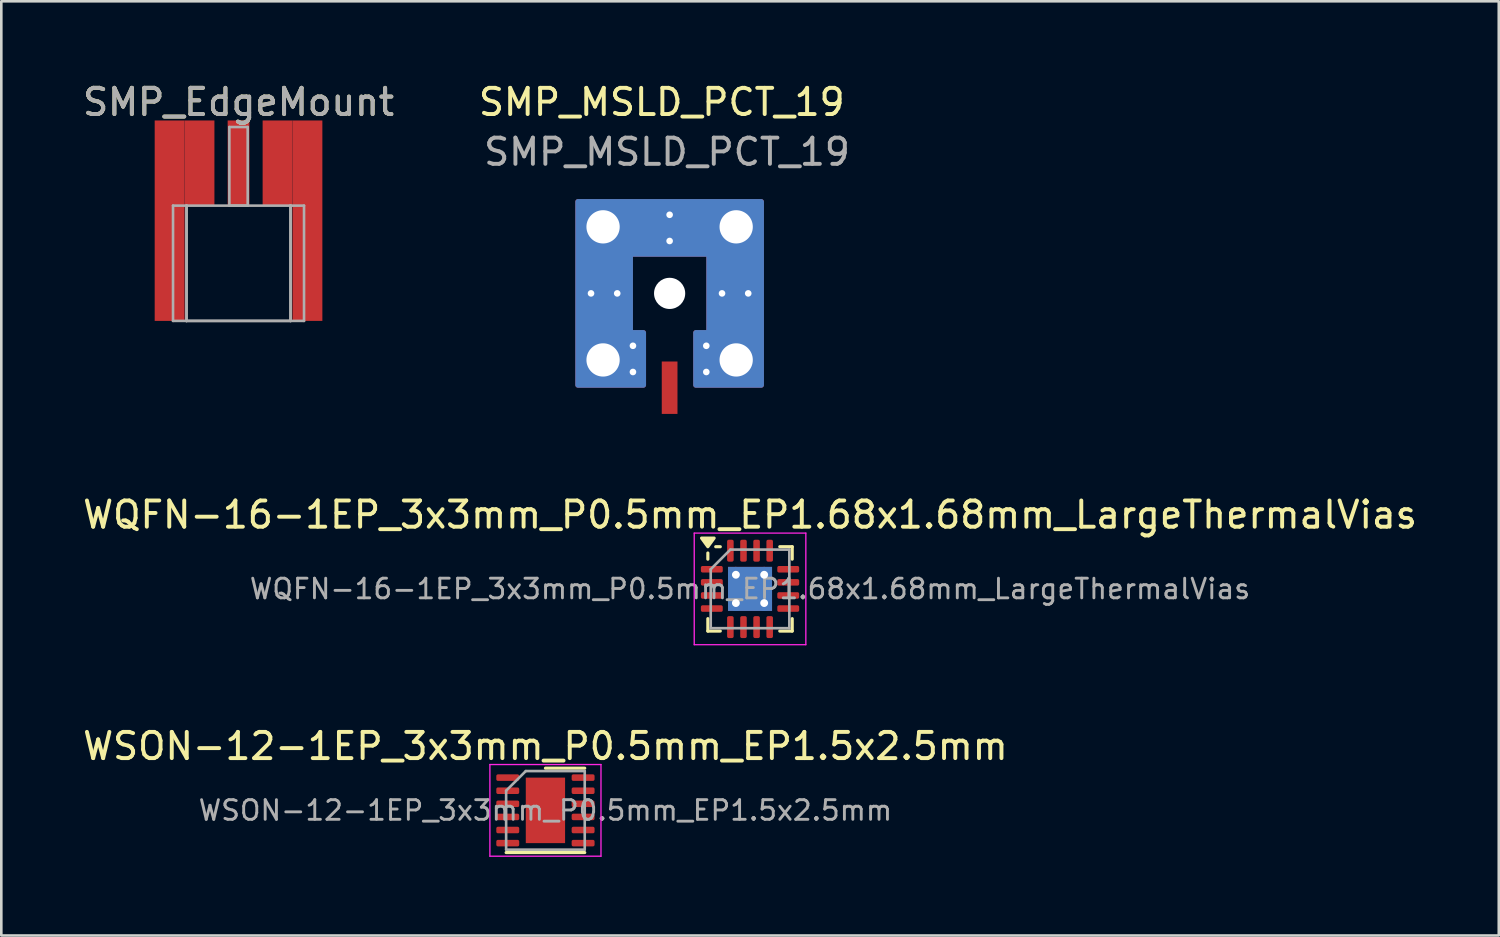
<source format=kicad_pcb>
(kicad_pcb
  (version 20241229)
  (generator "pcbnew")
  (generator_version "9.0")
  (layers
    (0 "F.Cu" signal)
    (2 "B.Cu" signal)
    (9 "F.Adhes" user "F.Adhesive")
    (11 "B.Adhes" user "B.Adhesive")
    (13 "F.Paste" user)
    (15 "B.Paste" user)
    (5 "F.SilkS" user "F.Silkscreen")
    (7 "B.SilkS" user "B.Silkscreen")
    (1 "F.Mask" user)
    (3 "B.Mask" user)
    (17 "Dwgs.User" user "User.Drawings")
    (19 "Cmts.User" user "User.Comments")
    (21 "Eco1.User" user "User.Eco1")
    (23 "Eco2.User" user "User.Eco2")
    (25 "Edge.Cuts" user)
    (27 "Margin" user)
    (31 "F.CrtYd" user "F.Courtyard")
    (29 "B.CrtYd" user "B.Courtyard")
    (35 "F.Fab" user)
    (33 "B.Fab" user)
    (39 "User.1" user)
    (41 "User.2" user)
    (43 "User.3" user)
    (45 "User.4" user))
  (footprint "WQFN-16-1EP_3x3mm_P0.5mm_EP1.68x1.68mm_LargeThermalVias"
    (layer "F.Cu")
    (at 25.577 19.427)
    (property "Reference" "WQFN-16-1EP_3x3mm_P0.5mm_EP1.68x1.68mm_LargeThermalVias" (at 0 -2.83 0) (layer "F.SilkS") (effects (font (size 1 1) (thickness 0.15))))
    (attr smd)
    (fp_line (start -1.61 -1.135) (end -1.61 -1.37) (stroke (width 0.12) (type solid)) (layer "F.SilkS"))
    (fp_line (start -1.61 1.61) (end -1.61 1.135) (stroke (width 0.12) (type solid)) (layer "F.SilkS"))
    (fp_line (start -1.135 -1.61) (end -1.31 -1.61) (stroke (width 0.12) (type solid)) (layer "F.SilkS"))
    (fp_line (start -1.135 1.61) (end -1.61 1.61) (stroke (width 0.12) (type solid)) (layer "F.SilkS"))
    (fp_line (start 1.135 -1.61) (end 1.61 -1.61) (stroke (width 0.12) (type solid)) (layer "F.SilkS"))
    (fp_line (start 1.135 1.61) (end 1.61 1.61) (stroke (width 0.12) (type solid)) (layer "F.SilkS"))
    (fp_line (start 1.61 -1.61) (end 1.61 -1.135) (stroke (width 0.12) (type solid)) (layer "F.SilkS"))
    (fp_line (start 1.61 1.61) (end 1.61 1.135) (stroke (width 0.12) (type solid)) (layer "F.SilkS"))
    (fp_poly (pts (xy -1.61 -1.61) (xy -1.85 -1.94) (xy -1.37 -1.94) (xy -1.61 -1.61)) (stroke (width 0.12) (type solid)) (fill yes) (layer "F.SilkS"))
    (fp_line (start -2.13 -2.13) (end -2.13 2.13) (stroke (width 0.05) (type solid)) (layer "F.CrtYd"))
    (fp_line (start -2.13 2.13) (end 2.13 2.13) (stroke (width 0.05) (type solid)) (layer "F.CrtYd"))
    (fp_line (start 2.13 -2.13) (end -2.13 -2.13) (stroke (width 0.05) (type solid)) (layer "F.CrtYd"))
    (fp_line (start 2.13 2.13) (end 2.13 -2.13) (stroke (width 0.05) (type solid)) (layer "F.CrtYd"))
    (fp_line (start -1.5 -0.75) (end -0.75 -1.5) (stroke (width 0.1) (type solid)) (layer "F.Fab"))
    (fp_line (start -1.5 1.5) (end -1.5 -0.75) (stroke (width 0.1) (type solid)) (layer "F.Fab"))
    (fp_line (start -0.75 -1.5) (end 1.5 -1.5) (stroke (width 0.1) (type solid)) (layer "F.Fab"))
    (fp_line (start 1.5 -1.5) (end 1.5 1.5) (stroke (width 0.1) (type solid)) (layer "F.Fab"))
    (fp_line (start 1.5 1.5) (end -1.5 1.5) (stroke (width 0.1) (type solid)) (layer "F.Fab"))
    (fp_text user "${REFERENCE}" (at 0 0 0) (layer "F.Fab") (effects (font (size 0.75 0.75) (thickness 0.11))))
    (pad "" smd roundrect (at -0.42 -0.42) (size 0.73 0.73) (layers "F.Paste") (roundrect_rratio 0.25))
    (pad "" smd roundrect (at -0.42 0.42) (size 0.73 0.73) (layers "F.Paste") (roundrect_rratio 0.25))
    (pad "" smd roundrect (at 0.42 -0.42) (size 0.73 0.73) (layers "F.Paste") (roundrect_rratio 0.25))
    (pad "" smd roundrect (at 0.42 0.42) (size 0.73 0.73) (layers "F.Paste") (roundrect_rratio 0.25))
    (pad "1" smd roundrect (at -1.458 -0.75) (size 0.835 0.25) (layers "F.Cu" "F.Mask" "F.Paste") (roundrect_rratio 0.25))
    (pad "2" smd roundrect (at -1.458 -0.25) (size 0.835 0.25) (layers "F.Cu" "F.Mask" "F.Paste") (roundrect_rratio 0.25))
    (pad "3" smd roundrect (at -1.458 0.25) (size 0.835 0.25) (layers "F.Cu" "F.Mask" "F.Paste") (roundrect_rratio 0.25))
    (pad "4" smd roundrect (at -1.458 0.75) (size 0.835 0.25) (layers "F.Cu" "F.Mask" "F.Paste") (roundrect_rratio 0.25))
    (pad "5" smd roundrect (at -0.75 1.458) (size 0.25 0.835) (layers "F.Cu" "F.Mask" "F.Paste") (roundrect_rratio 0.25))
    (pad "6" smd roundrect (at -0.25 1.458) (size 0.25 0.835) (layers "F.Cu" "F.Mask" "F.Paste") (roundrect_rratio 0.25))
    (pad "7" smd roundrect (at 0.25 1.458) (size 0.25 0.835) (layers "F.Cu" "F.Mask" "F.Paste") (roundrect_rratio 0.25))
    (pad "8" smd roundrect (at 0.75 1.458) (size 0.25 0.835) (layers "F.Cu" "F.Mask" "F.Paste") (roundrect_rratio 0.25))
    (pad "9" smd roundrect (at 1.458 0.75) (size 0.835 0.25) (layers "F.Cu" "F.Mask" "F.Paste") (roundrect_rratio 0.25))
    (pad "10" smd roundrect (at 1.458 0.25) (size 0.835 0.25) (layers "F.Cu" "F.Mask" "F.Paste") (roundrect_rratio 0.25))
    (pad "11" smd roundrect (at 1.458 -0.25) (size 0.835 0.25) (layers "F.Cu" "F.Mask" "F.Paste") (roundrect_rratio 0.25))
    (pad "12" smd roundrect (at 1.458 -0.75) (size 0.835 0.25) (layers "F.Cu" "F.Mask" "F.Paste") (roundrect_rratio 0.25))
    (pad "13" smd roundrect (at 0.75 -1.458) (size 0.25 0.835) (layers "F.Cu" "F.Mask" "F.Paste") (roundrect_rratio 0.25))
    (pad "14" smd roundrect (at 0.25 -1.458) (size 0.25 0.835) (layers "F.Cu" "F.Mask" "F.Paste") (roundrect_rratio 0.25))
    (pad "15" smd roundrect (at -0.25 -1.458) (size 0.25 0.835) (layers "F.Cu" "F.Mask" "F.Paste") (roundrect_rratio 0.25))
    (pad "16" smd roundrect (at -0.75 -1.458) (size 0.25 0.835) (layers "F.Cu" "F.Mask" "F.Paste") (roundrect_rratio 0.25))
    (pad "17" thru_hole circle (at -0.54 -0.54) (size 0.6 0.6) (drill 0.3) (property pad_prop_heatsink) (layers "*.Cu"))
    (pad "17" thru_hole circle (at -0.54 0.54) (size 0.6 0.6) (drill 0.3) (property pad_prop_heatsink) (layers "*.Cu"))
    (pad "17" smd rect (at 0 0) (size 1.68 1.68) (property pad_prop_heatsink) (layers "F.Cu" "F.Mask"))
    (pad "17" smd rect (at 0 0) (size 1.68 1.68) (property pad_prop_heatsink) (layers "B.Cu"))
    (pad "17" thru_hole circle (at 0.54 -0.54) (size 0.6 0.6) (drill 0.3) (property pad_prop_heatsink) (layers "*.Cu"))
    (pad "17" thru_hole circle (at 0.54 0.54) (size 0.6 0.6) (drill 0.3) (property pad_prop_heatsink) (layers "*.Cu")))
  (footprint "WSON-12-1EP_3x3mm_P0.5mm_EP1.5x2.5mm"
    (layer "F.Cu")
    (at 17.768 27.88)
    (property "Reference" "WSON-12-1EP_3x3mm_P0.5mm_EP1.5x2.5mm" (at 0 -2.45 0) (layer "F.SilkS") (effects (font (size 1 1) (thickness 0.15))))
    (attr smd)
    (fp_line (start -1.5 1.61) (end 1.5 1.61) (stroke (width 0.12) (type solid)) (layer "F.SilkS"))
    (fp_line (start 0 -1.61) (end 1.5 -1.61) (stroke (width 0.12) (type solid)) (layer "F.SilkS"))
    (fp_line (start -2.12 -1.75) (end -2.12 1.75) (stroke (width 0.05) (type solid)) (layer "F.CrtYd"))
    (fp_line (start -2.12 1.75) (end 2.12 1.75) (stroke (width 0.05) (type solid)) (layer "F.CrtYd"))
    (fp_line (start 2.12 -1.75) (end -2.12 -1.75) (stroke (width 0.05) (type solid)) (layer "F.CrtYd"))
    (fp_line (start 2.12 1.75) (end 2.12 -1.75) (stroke (width 0.05) (type solid)) (layer "F.CrtYd"))
    (fp_line (start -1.5 -0.75) (end -0.75 -1.5) (stroke (width 0.1) (type solid)) (layer "F.Fab"))
    (fp_line (start -1.5 1.5) (end -1.5 -0.75) (stroke (width 0.1) (type solid)) (layer "F.Fab"))
    (fp_line (start -0.75 -1.5) (end 1.5 -1.5) (stroke (width 0.1) (type solid)) (layer "F.Fab"))
    (fp_line (start 1.5 -1.5) (end 1.5 1.5) (stroke (width 0.1) (type solid)) (layer "F.Fab"))
    (fp_line (start 1.5 1.5) (end -1.5 1.5) (stroke (width 0.1) (type solid)) (layer "F.Fab"))
    (fp_text user "${REFERENCE}" (at 0 0 0) (layer "F.Fab") (effects (font (size 0.75 0.75) (thickness 0.11))))
    (pad "" smd roundrect (at 0 -0.625) (size 1.21 1.01) (layers "F.Paste") (roundrect_rratio 0.248))
    (pad "" smd roundrect (at 0 0.625) (size 1.21 1.01) (layers "F.Paste") (roundrect_rratio 0.248))
    (pad "1" smd roundrect (at -1.438 -1.25) (size 0.875 0.25) (layers "F.Cu" "F.Mask" "F.Paste") (roundrect_rratio 0.25))
    (pad "2" smd roundrect (at -1.438 -0.75) (size 0.875 0.25) (layers "F.Cu" "F.Mask" "F.Paste") (roundrect_rratio 0.25))
    (pad "3" smd roundrect (at -1.438 -0.25) (size 0.875 0.25) (layers "F.Cu" "F.Mask" "F.Paste") (roundrect_rratio 0.25))
    (pad "4" smd roundrect (at -1.438 0.25) (size 0.875 0.25) (layers "F.Cu" "F.Mask" "F.Paste") (roundrect_rratio 0.25))
    (pad "5" smd roundrect (at -1.438 0.75) (size 0.875 0.25) (layers "F.Cu" "F.Mask" "F.Paste") (roundrect_rratio 0.25))
    (pad "6" smd roundrect (at -1.438 1.25) (size 0.875 0.25) (layers "F.Cu" "F.Mask" "F.Paste") (roundrect_rratio 0.25))
    (pad "7" smd roundrect (at 1.438 1.25) (size 0.875 0.25) (layers "F.Cu" "F.Mask" "F.Paste") (roundrect_rratio 0.25))
    (pad "8" smd roundrect (at 1.438 0.75) (size 0.875 0.25) (layers "F.Cu" "F.Mask" "F.Paste") (roundrect_rratio 0.25))
    (pad "9" smd roundrect (at 1.438 0.25) (size 0.875 0.25) (layers "F.Cu" "F.Mask" "F.Paste") (roundrect_rratio 0.25))
    (pad "10" smd roundrect (at 1.438 -0.25) (size 0.875 0.25) (layers "F.Cu" "F.Mask" "F.Paste") (roundrect_rratio 0.25))
    (pad "11" smd roundrect (at 1.438 -0.75) (size 0.875 0.25) (layers "F.Cu" "F.Mask" "F.Paste") (roundrect_rratio 0.25))
    (pad "12" smd roundrect (at 1.438 -1.25) (size 0.875 0.25) (layers "F.Cu" "F.Mask" "F.Paste") (roundrect_rratio 0.25))
    (pad "13" smd rect (at 0 0) (size 1.5 2.5) (layers "F.Cu" "F.Mask")))
  (footprint "SMP_MSLD_PCT_19"
    (layer "F.Cu")
    (at 22.508 8.148)
    (property "Reference" "SMP_MSLD_PCT_19" (at -0.3 -7.3 0) (layer "F.SilkS") (effects (font (size 1 1) (thickness 0.15))))
    (attr through_hole)
    (fp_text user "${REFERENCE}" (at -0.1 -5.4 0) (layer "F.Fab") (effects (font (size 1 1) (thickness 0.15))))
    (pad "" np_thru_hole circle (at 0 0) (size 1.19 1.19) (drill 1.19) (layers "*.Cu" "*.Mask"))
    (pad "1" smd rect (at 0 3.6) (size 0.6 2) (layers "F.Cu" "F.Mask" "F.Paste"))
    (pad "2" thru_hole circle (at -3 0) (size 0.457 0.457) (drill 0.254) (layers "*.Cu"))
    (pad "2" thru_hole circle (at -2.54 -2.54) (size 1.5 1.5) (drill 1.27) (layers "*.Cu"))
    (pad "2" thru_hole custom (at -2.54 2.54) (size 1.5 1.5) (drill 1.27) (layers "*.Cu" "*.Mask") (options (anchor circle)) (primitives (gr_rect (start -0.96 -6.04) (end 1.04 0.96) (width 0.2) (fill yes)) (gr_rect (start 1.04 -1.04) (end 1.54 0.96) (width 0.2) (fill yes)) (gr_rect (start 1.04 -6.04) (end 4.04 -4.04) (width 0.2) (fill yes)) (gr_rect (start 4.04 -6.04) (end 6.04 0.96) (width 0.2) (fill yes)) (gr_rect (start 3.54 -1.04) (end 4.04 0.96) (width 0.2) (fill yes))))
    (pad "2" thru_hole circle (at -2 0) (size 0.457 0.457) (drill 0.254) (layers "*.Cu"))
    (pad "2" thru_hole circle (at -1.4 2) (size 0.457 0.457) (drill 0.254) (layers "*.Cu"))
    (pad "2" thru_hole circle (at -1.4 3) (size 0.457 0.457) (drill 0.254) (layers "*.Cu"))
    (pad "2" thru_hole circle (at 0 -3) (size 0.457 0.457) (drill 0.254) (layers "*.Cu"))
    (pad "2" thru_hole circle (at 0 -2) (size 0.457 0.457) (drill 0.254) (layers "*.Cu"))
    (pad "2" thru_hole circle (at 1.4 2) (size 0.457 0.457) (drill 0.254) (layers "*.Cu"))
    (pad "2" thru_hole circle (at 1.4 3) (size 0.457 0.457) (drill 0.254) (layers "*.Cu"))
    (pad "2" thru_hole circle (at 2 0) (size 0.457 0.457) (drill 0.254) (layers "*.Cu"))
    (pad "2" thru_hole circle (at 2.54 -2.54) (size 1.5 1.5) (drill 1.27) (layers "*.Cu"))
    (pad "2" thru_hole circle (at 2.54 2.54) (size 1.5 1.5) (drill 1.27) (layers "*.Cu"))
    (pad "2" thru_hole circle (at 3 0) (size 0.457 0.457) (drill 0.254) (layers "*.Cu"))
    (zone (net_name "") (layers "F.Cu" "F.Mask" "B.Cu" "B.Mask" "F.SilkS" "B.SilkS" "F.Paste" "B.Paste") (hatch edge 0.5) (connect_pads) (min_thickness 0.25) (filled_areas_thickness no) (keepout (tracks not_allowed) (vias not_allowed) (pads allowed) (copperpour not_allowed) (footprints not_allowed)) (placement (enabled no)) (fill) (polygon (pts (xy 21.108 6.748) (xy 23.908 6.748) (xy 23.908 9.548) (xy 21.108 9.548)))))
  (footprint "SMP_EdgeMount"
    (layer "F.Cu")
    (at 6.054 4.798)
    (property "Reference" "SMP_EdgeMount" (at 0 -3.95 0) (layer "F.SilkS") (effects (font (size 1 1) (thickness 0.15))))
    (attr smd)
    (fp_line (start -2.5 0) (end -2.5 4.4) (stroke (width 0.1) (type solid)) (layer "F.Fab"))
    (fp_line (start -2.5 4.4) (end -1.985 4.4) (stroke (width 0.1) (type solid)) (layer "F.Fab"))
    (fp_line (start -2 4.4) (end 2 4.4) (stroke (width 0.1) (type solid)) (layer "F.Fab"))
    (fp_line (start -1.985 0) (end -2.5 0) (stroke (width 0.1) (type solid)) (layer "F.Fab"))
    (fp_line (start -1.985 0) (end 1.985 0) (stroke (width 0.1) (type solid)) (layer "F.Fab"))
    (fp_line (start -1.985 4.4) (end -1.985 0) (stroke (width 0.1) (type solid)) (layer "F.Fab"))
    (fp_line (start -1.985 4.4) (end -1.985 0) (stroke (width 0.1) (type solid)) (layer "F.Fab"))
    (fp_line (start -0.35 -3) (end 0.35 -3) (stroke (width 0.1) (type solid)) (layer "F.Fab"))
    (fp_line (start -0.35 0) (end -0.35 -3) (stroke (width 0.1) (type solid)) (layer "F.Fab"))
    (fp_line (start 0.35 -3) (end 0.35 0) (stroke (width 0.1) (type solid)) (layer "F.Fab"))
    (fp_line (start 0.35 0) (end -0.35 0) (stroke (width 0.1) (type solid)) (layer "F.Fab"))
    (fp_line (start 1.985 0) (end 1.985 4.4) (stroke (width 0.1) (type solid)) (layer "F.Fab"))
    (fp_line (start 1.985 0) (end 2.5 0) (stroke (width 0.1) (type solid)) (layer "F.Fab"))
    (fp_line (start 1.985 4.4) (end -1.985 4.4) (stroke (width 0.1) (type solid)) (layer "F.Fab"))
    (fp_line (start 1.985 4.4) (end 1.985 0) (stroke (width 0.1) (type solid)) (layer "F.Fab"))
    (fp_line (start 2.5 0) (end 2.5 4.4) (stroke (width 0.1) (type solid)) (layer "F.Fab"))
    (fp_line (start 2.5 4.4) (end 1.985 4.4) (stroke (width 0.1) (type solid)) (layer "F.Fab"))
    (fp_text user "${REFERENCE}" (at 0 -3.95 0) (layer "F.Fab") (effects (font (size 1 1) (thickness 0.15))))
    (pad "1" smd rect (at 0 -1.625) (size 0.83 3.25) (layers "F.Cu" "F.Mask" "F.Paste"))
    (pad "2" smd rect (at -2.63 0.575) (size 1.14 7.65) (layers "F.Cu" "F.Mask" "F.Paste"))
    (pad "2" smd rect (at -1.49 -1.625) (size 1.14 3.25) (layers "F.Cu" "F.Mask" "F.Paste"))
    (pad "2" smd rect (at 1.49 -1.625) (size 1.14 3.25) (layers "F.Cu" "F.Mask" "F.Paste"))
    (pad "2" smd rect (at 2.63 0.575) (size 1.14 7.65) (layers "F.Cu" "F.Mask" "F.Paste")))
  (gr_rect
    (start -3 -3)
    (end 54.155 32.655)
    (stroke (width 0.1) (type default))
    (fill no)
    (layer "Edge.Cuts")))
</source>
